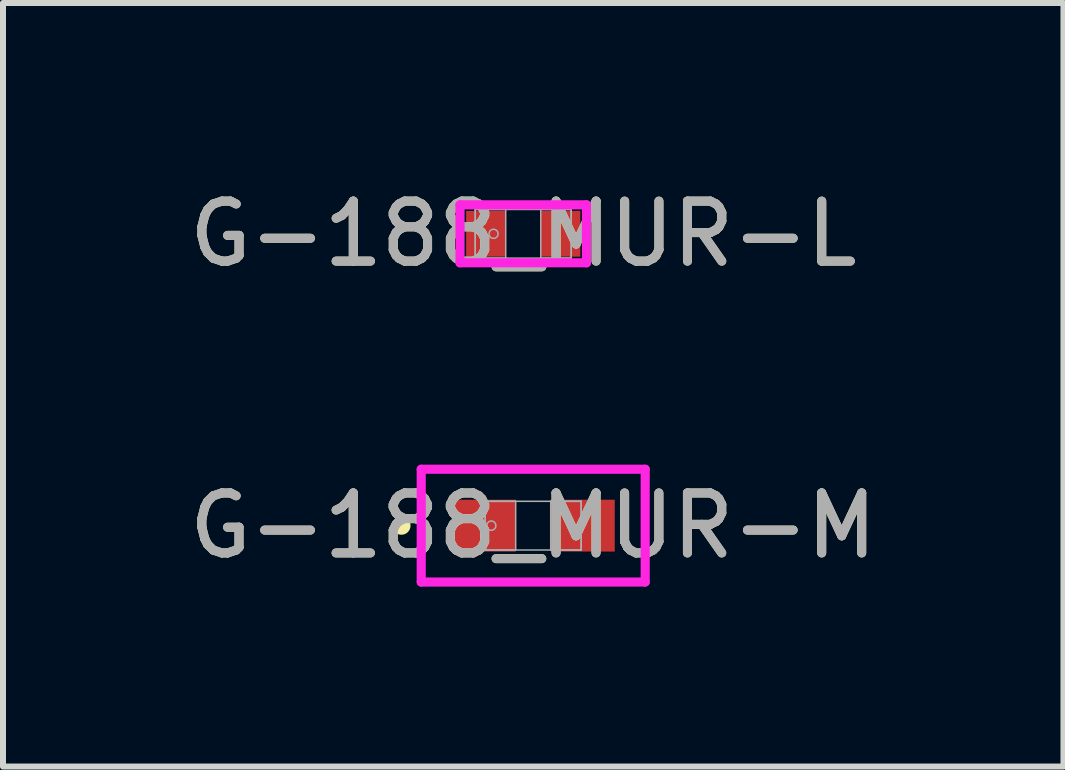
<source format=kicad_pcb>
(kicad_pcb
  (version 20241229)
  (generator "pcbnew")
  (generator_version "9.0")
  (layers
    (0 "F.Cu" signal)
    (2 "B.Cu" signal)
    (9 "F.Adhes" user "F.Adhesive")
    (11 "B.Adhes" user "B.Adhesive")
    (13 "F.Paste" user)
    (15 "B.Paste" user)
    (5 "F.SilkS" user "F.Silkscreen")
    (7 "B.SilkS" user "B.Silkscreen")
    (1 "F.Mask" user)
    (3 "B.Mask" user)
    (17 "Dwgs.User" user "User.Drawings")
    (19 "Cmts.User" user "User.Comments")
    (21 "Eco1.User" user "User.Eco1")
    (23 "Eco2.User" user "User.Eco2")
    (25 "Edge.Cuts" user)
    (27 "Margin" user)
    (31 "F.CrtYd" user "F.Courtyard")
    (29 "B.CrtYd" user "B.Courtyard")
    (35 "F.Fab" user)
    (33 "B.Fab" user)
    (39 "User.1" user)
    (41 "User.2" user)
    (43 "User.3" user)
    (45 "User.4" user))
  (footprint "G-188_MUR-M"
    (layer "F.Cu")
    (at 5.839 5.713)
    (property "Reference" "G-188_MUR-M" (at 0 0 0) (unlocked yes) (layer "F.SilkS") (effects (font (size 1 1) (thickness 0.15))))
    (attr smd)
    (fp_circle (center -2.197 0) (end -2.121 0) (stroke (width 0.152) (type solid)) (fill no) (layer "F.SilkS"))
    (fp_line (start -1.867 -0.94) (end 1.867 -0.94) (stroke (width 0.152) (type solid)) (layer "F.CrtYd"))
    (fp_line (start -1.867 0.94) (end -1.867 -0.94) (stroke (width 0.152) (type solid)) (layer "F.CrtYd"))
    (fp_line (start 1.867 -0.94) (end 1.867 0.94) (stroke (width 0.152) (type solid)) (layer "F.CrtYd"))
    (fp_line (start 1.867 0.94) (end -1.867 0.94) (stroke (width 0.152) (type solid)) (layer "F.CrtYd"))
    (fp_line (start -0.8 -0.406) (end -0.8 0.406) (stroke (width 0.025) (type solid)) (layer "F.Fab"))
    (fp_line (start -0.8 -0.406) (end -0.8 0.406) (stroke (width 0.025) (type solid)) (layer "F.Fab"))
    (fp_line (start -0.8 0.406) (end -0.292 0.406) (stroke (width 0.025) (type solid)) (layer "F.Fab"))
    (fp_line (start -0.8 0.406) (end 0.8 0.406) (stroke (width 0.025) (type solid)) (layer "F.Fab"))
    (fp_line (start -0.292 -0.406) (end -0.8 -0.406) (stroke (width 0.025) (type solid)) (layer "F.Fab"))
    (fp_line (start -0.292 0.406) (end -0.292 -0.406) (stroke (width 0.025) (type solid)) (layer "F.Fab"))
    (fp_line (start 0.292 -0.406) (end 0.292 0.406) (stroke (width 0.025) (type solid)) (layer "F.Fab"))
    (fp_line (start 0.292 0.406) (end 0.8 0.406) (stroke (width 0.025) (type solid)) (layer "F.Fab"))
    (fp_line (start 0.8 -0.406) (end -0.8 -0.406) (stroke (width 0.025) (type solid)) (layer "F.Fab"))
    (fp_line (start 0.8 -0.406) (end 0.292 -0.406) (stroke (width 0.025) (type solid)) (layer "F.Fab"))
    (fp_line (start 0.8 0.406) (end 0.8 -0.406) (stroke (width 0.025) (type solid)) (layer "F.Fab"))
    (fp_line (start 0.8 0.406) (end 0.8 -0.406) (stroke (width 0.025) (type solid)) (layer "F.Fab"))
    (fp_circle (center -0.699 0) (end -0.622 0) (stroke (width 0.025) (type solid)) (fill no) (layer "F.Fab"))
    (fp_text user "${REFERENCE}" (at 0 0 0) (unlocked yes) (layer "F.Fab") (effects (font (size 1 1) (thickness 0.15))))
    (pad "1" smd rect (at -0.826 0) (size 1.067 0.864) (layers "F.Cu" "F.Mask" "F.Paste"))
    (pad "2" smd rect (at 0.826 0) (size 1.067 0.864) (layers "F.Cu" "F.Mask" "F.Paste"))
    (zone (net_name "") (layer "F.Cu") (hatch full 0.508) (connect_pads) (min_thickness 0.254) (filled_areas_thickness no) (keepout (tracks not_allowed) (vias not_allowed) (pads allowed) (copperpour not_allowed) (footprints allowed)) (placement (enabled no)) (fill) (polygon (pts (xy 5.598 5.357) (xy 6.081 5.357) (xy 6.081 6.068) (xy 5.598 6.068)))))
  (footprint "G-188_MUR-L"
    (layer "F.Cu")
    (at 5.673 0.848)
    (property "Reference" "G-188_MUR-L" (at 0 0 0) (unlocked yes) (layer "F.SilkS") (effects (font (size 1 1) (thickness 0.15))))
    (attr smd)
    (fp_line (start -1.054 -0.483) (end 1.054 -0.483) (stroke (width 0.152) (type solid)) (layer "F.CrtYd"))
    (fp_line (start -1.054 0.483) (end -1.054 -0.483) (stroke (width 0.152) (type solid)) (layer "F.CrtYd"))
    (fp_line (start 1.054 -0.483) (end 1.054 0.483) (stroke (width 0.152) (type solid)) (layer "F.CrtYd"))
    (fp_line (start 1.054 0.483) (end -1.054 0.483) (stroke (width 0.152) (type solid)) (layer "F.CrtYd"))
    (fp_line (start -0.8 -0.406) (end -0.8 0.406) (stroke (width 0.025) (type solid)) (layer "F.Fab"))
    (fp_line (start -0.8 -0.406) (end -0.8 0.406) (stroke (width 0.025) (type solid)) (layer "F.Fab"))
    (fp_line (start -0.8 0.406) (end -0.292 0.406) (stroke (width 0.025) (type solid)) (layer "F.Fab"))
    (fp_line (start -0.8 0.406) (end 0.8 0.406) (stroke (width 0.025) (type solid)) (layer "F.Fab"))
    (fp_line (start -0.292 -0.406) (end -0.8 -0.406) (stroke (width 0.025) (type solid)) (layer "F.Fab"))
    (fp_line (start -0.292 0.406) (end -0.292 -0.406) (stroke (width 0.025) (type solid)) (layer "F.Fab"))
    (fp_line (start 0.292 -0.406) (end 0.292 0.406) (stroke (width 0.025) (type solid)) (layer "F.Fab"))
    (fp_line (start 0.292 0.406) (end 0.8 0.406) (stroke (width 0.025) (type solid)) (layer "F.Fab"))
    (fp_line (start 0.8 -0.406) (end -0.8 -0.406) (stroke (width 0.025) (type solid)) (layer "F.Fab"))
    (fp_line (start 0.8 -0.406) (end 0.292 -0.406) (stroke (width 0.025) (type solid)) (layer "F.Fab"))
    (fp_line (start 0.8 0.406) (end 0.8 -0.406) (stroke (width 0.025) (type solid)) (layer "F.Fab"))
    (fp_line (start 0.8 0.406) (end 0.8 -0.406) (stroke (width 0.025) (type solid)) (layer "F.Fab"))
    (fp_circle (center -0.495 0) (end -0.419 0) (stroke (width 0.025) (type solid)) (fill no) (layer "F.Fab"))
    (fp_text user "${REFERENCE}" (at 0 0 0) (unlocked yes) (layer "F.Fab") (effects (font (size 1 1) (thickness 0.15))))
    (pad "1" smd rect (at -0.622 0) (size 0.66 0.762) (layers "F.Cu" "F.Mask" "F.Paste"))
    (pad "2" smd rect (at 0.622 0) (size 0.66 0.762) (layers "F.Cu" "F.Mask" "F.Paste"))
    (zone (net_name "") (layer "F.Cu") (hatch full 0.508) (connect_pads) (min_thickness 0.254) (filled_areas_thickness no) (keepout (tracks not_allowed) (vias not_allowed) (pads allowed) (copperpour not_allowed) (footprints allowed)) (placement (enabled no)) (fill) (polygon (pts (xy 5.431 0.493) (xy 5.914 0.493) (xy 5.914 1.204) (xy 5.431 1.204)))))
  (gr_rect
    (start -3 -3)
    (end 14.679 9.729)
    (stroke (width 0.1) (type default))
    (fill no)
    (layer "Edge.Cuts")))
</source>
